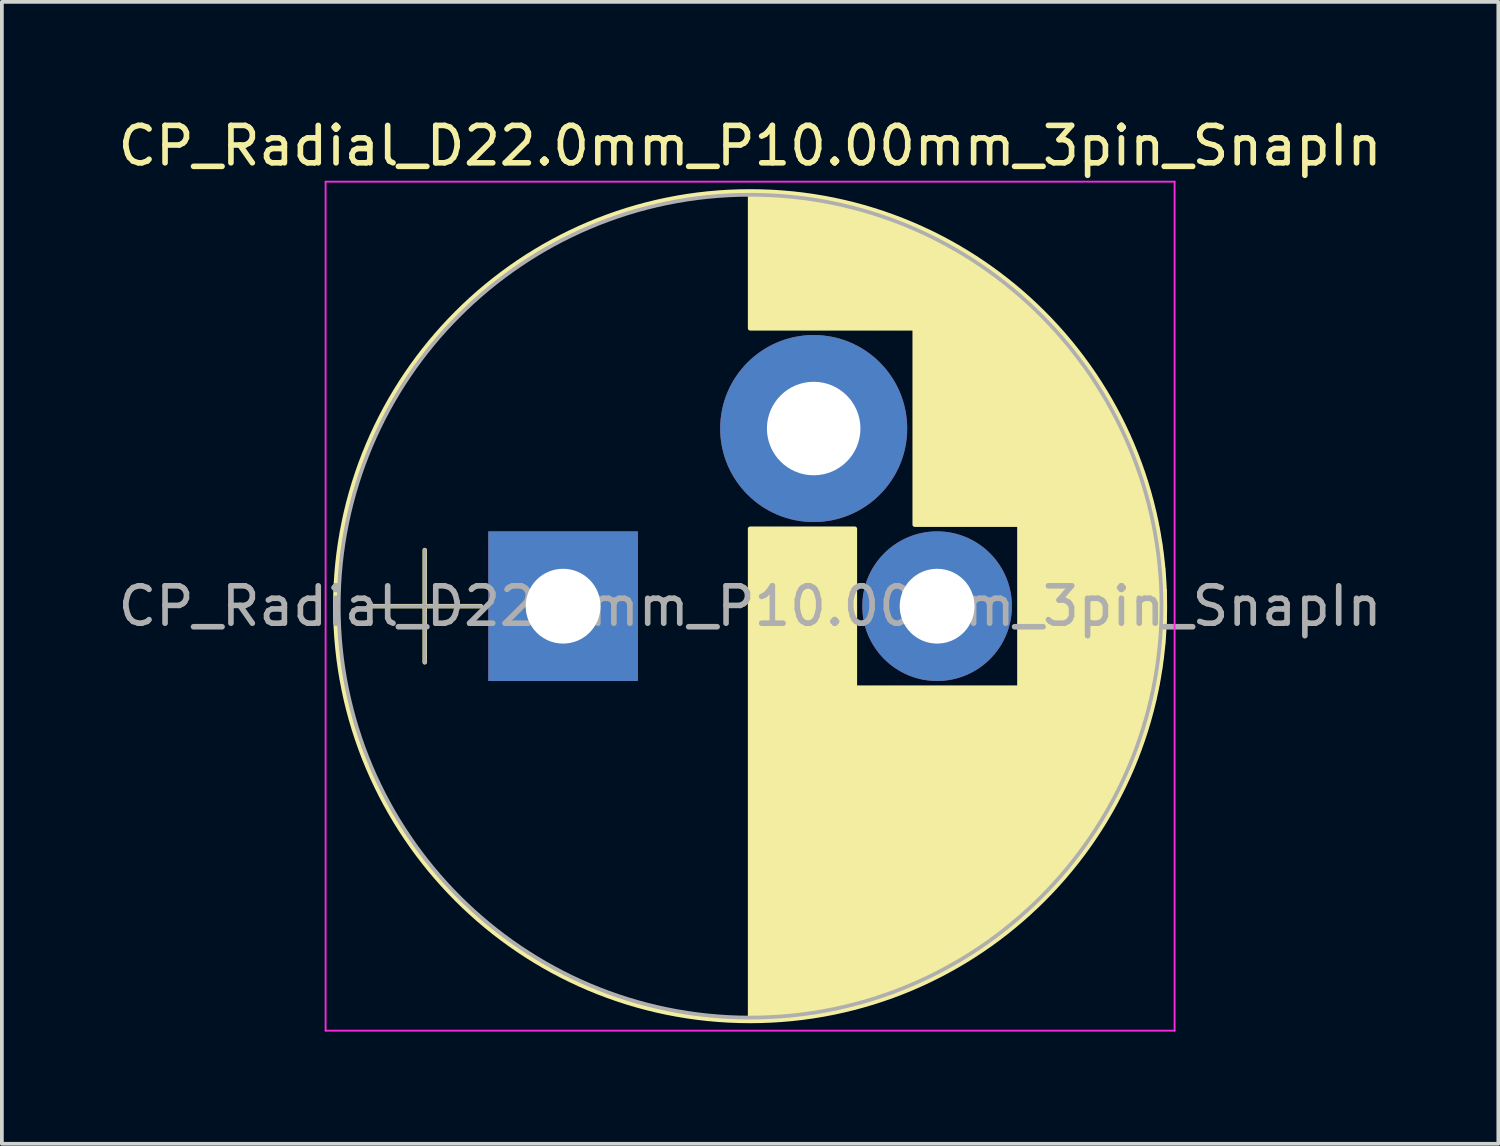
<source format=kicad_pcb>
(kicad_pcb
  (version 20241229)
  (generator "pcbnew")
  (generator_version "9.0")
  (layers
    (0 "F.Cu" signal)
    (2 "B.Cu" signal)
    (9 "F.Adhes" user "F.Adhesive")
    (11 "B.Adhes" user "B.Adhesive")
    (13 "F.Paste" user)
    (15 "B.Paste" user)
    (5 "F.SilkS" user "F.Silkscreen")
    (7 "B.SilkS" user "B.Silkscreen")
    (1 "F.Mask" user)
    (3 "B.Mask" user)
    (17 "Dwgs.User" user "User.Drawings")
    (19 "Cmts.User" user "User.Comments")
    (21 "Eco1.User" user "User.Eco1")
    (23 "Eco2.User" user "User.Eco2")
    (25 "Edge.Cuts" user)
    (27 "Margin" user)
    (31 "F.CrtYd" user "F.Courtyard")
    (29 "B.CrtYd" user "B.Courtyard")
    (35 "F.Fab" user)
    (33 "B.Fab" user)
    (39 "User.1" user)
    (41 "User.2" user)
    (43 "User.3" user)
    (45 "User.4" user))
  (footprint "CP_Radial_D22.0mm_P10.00mm_3pin_SnapIn"
    (layer "F.Cu")
    (at 12.006 13.158)
    (property "Reference" "CP_Radial_D22.0mm_P10.00mm_3pin_SnapIn" (at 5 -12.31 0) (layer "F.SilkS") (effects (font (size 1 1) (thickness 0.15))))
    (attr through_hole)
    (fp_line (start -5.2 0) (end -2.2 0) (stroke (width 0.12) (type solid)) (layer "F.SilkS"))
    (fp_line (start -3.7 -1.5) (end -3.7 1.5) (stroke (width 0.12) (type solid)) (layer "F.SilkS"))
    (fp_line (start 5 -11.05) (end 5 -7.43) (stroke (width 0.12) (type solid)) (layer "F.SilkS"))
    (fp_line (start 5 -2.07) (end 5 11.05) (stroke (width 0.12) (type solid)) (layer "F.SilkS"))
    (fp_line (start 5.04 -11.05) (end 5.04 -7.43) (stroke (width 0.12) (type solid)) (layer "F.SilkS"))
    (fp_line (start 5.04 -2.07) (end 5.04 11.05) (stroke (width 0.12) (type solid)) (layer "F.SilkS"))
    (fp_line (start 5.08 -11.05) (end 5.08 -7.43) (stroke (width 0.12) (type solid)) (layer "F.SilkS"))
    (fp_line (start 5.08 -2.07) (end 5.08 11.05) (stroke (width 0.12) (type solid)) (layer "F.SilkS"))
    (fp_line (start 5.12 -11.05) (end 5.12 -7.43) (stroke (width 0.12) (type solid)) (layer "F.SilkS"))
    (fp_line (start 5.12 -2.07) (end 5.12 11.05) (stroke (width 0.12) (type solid)) (layer "F.SilkS"))
    (fp_line (start 5.16 -11.049) (end 5.16 -7.43) (stroke (width 0.12) (type solid)) (layer "F.SilkS"))
    (fp_line (start 5.16 -2.07) (end 5.16 11.049) (stroke (width 0.12) (type solid)) (layer "F.SilkS"))
    (fp_line (start 5.2 -11.049) (end 5.2 -7.43) (stroke (width 0.12) (type solid)) (layer "F.SilkS"))
    (fp_line (start 5.2 -2.07) (end 5.2 11.049) (stroke (width 0.12) (type solid)) (layer "F.SilkS"))
    (fp_line (start 5.24 -11.048) (end 5.24 -7.43) (stroke (width 0.12) (type solid)) (layer "F.SilkS"))
    (fp_line (start 5.24 -2.07) (end 5.24 11.048) (stroke (width 0.12) (type solid)) (layer "F.SilkS"))
    (fp_line (start 5.28 -11.047) (end 5.28 -7.43) (stroke (width 0.12) (type solid)) (layer "F.SilkS"))
    (fp_line (start 5.28 -2.07) (end 5.28 11.047) (stroke (width 0.12) (type solid)) (layer "F.SilkS"))
    (fp_line (start 5.32 -11.046) (end 5.32 -7.43) (stroke (width 0.12) (type solid)) (layer "F.SilkS"))
    (fp_line (start 5.32 -2.07) (end 5.32 11.046) (stroke (width 0.12) (type solid)) (layer "F.SilkS"))
    (fp_line (start 5.36 -11.045) (end 5.36 -7.43) (stroke (width 0.12) (type solid)) (layer "F.SilkS"))
    (fp_line (start 5.36 -2.07) (end 5.36 11.045) (stroke (width 0.12) (type solid)) (layer "F.SilkS"))
    (fp_line (start 5.4 -11.043) (end 5.4 -7.43) (stroke (width 0.12) (type solid)) (layer "F.SilkS"))
    (fp_line (start 5.4 -2.07) (end 5.4 11.043) (stroke (width 0.12) (type solid)) (layer "F.SilkS"))
    (fp_line (start 5.44 -11.042) (end 5.44 -7.43) (stroke (width 0.12) (type solid)) (layer "F.SilkS"))
    (fp_line (start 5.44 -2.07) (end 5.44 11.042) (stroke (width 0.12) (type solid)) (layer "F.SilkS"))
    (fp_line (start 5.48 -11.04) (end 5.48 -7.43) (stroke (width 0.12) (type solid)) (layer "F.SilkS"))
    (fp_line (start 5.48 -2.07) (end 5.48 11.04) (stroke (width 0.12) (type solid)) (layer "F.SilkS"))
    (fp_line (start 5.52 -11.038) (end 5.52 -7.43) (stroke (width 0.12) (type solid)) (layer "F.SilkS"))
    (fp_line (start 5.52 -2.07) (end 5.52 11.038) (stroke (width 0.12) (type solid)) (layer "F.SilkS"))
    (fp_line (start 5.56 -11.036) (end 5.56 -7.43) (stroke (width 0.12) (type solid)) (layer "F.SilkS"))
    (fp_line (start 5.56 -2.07) (end 5.56 11.036) (stroke (width 0.12) (type solid)) (layer "F.SilkS"))
    (fp_line (start 5.6 -11.034) (end 5.6 -7.43) (stroke (width 0.12) (type solid)) (layer "F.SilkS"))
    (fp_line (start 5.6 -2.07) (end 5.6 11.034) (stroke (width 0.12) (type solid)) (layer "F.SilkS"))
    (fp_line (start 5.64 -11.032) (end 5.64 -7.43) (stroke (width 0.12) (type solid)) (layer "F.SilkS"))
    (fp_line (start 5.64 -2.07) (end 5.64 11.032) (stroke (width 0.12) (type solid)) (layer "F.SilkS"))
    (fp_line (start 5.68 -11.03) (end 5.68 -7.43) (stroke (width 0.12) (type solid)) (layer "F.SilkS"))
    (fp_line (start 5.68 -2.07) (end 5.68 11.03) (stroke (width 0.12) (type solid)) (layer "F.SilkS"))
    (fp_line (start 5.721 -11.027) (end 5.721 -7.43) (stroke (width 0.12) (type solid)) (layer "F.SilkS"))
    (fp_line (start 5.721 -2.07) (end 5.721 11.027) (stroke (width 0.12) (type solid)) (layer "F.SilkS"))
    (fp_line (start 5.761 -11.024) (end 5.761 -7.43) (stroke (width 0.12) (type solid)) (layer "F.SilkS"))
    (fp_line (start 5.761 -2.07) (end 5.761 11.024) (stroke (width 0.12) (type solid)) (layer "F.SilkS"))
    (fp_line (start 5.801 -11.022) (end 5.801 -7.43) (stroke (width 0.12) (type solid)) (layer "F.SilkS"))
    (fp_line (start 5.801 -2.07) (end 5.801 11.022) (stroke (width 0.12) (type solid)) (layer "F.SilkS"))
    (fp_line (start 5.841 -11.019) (end 5.841 -7.43) (stroke (width 0.12) (type solid)) (layer "F.SilkS"))
    (fp_line (start 5.841 -2.07) (end 5.841 11.019) (stroke (width 0.12) (type solid)) (layer "F.SilkS"))
    (fp_line (start 5.881 -11.016) (end 5.881 -7.43) (stroke (width 0.12) (type solid)) (layer "F.SilkS"))
    (fp_line (start 5.881 -2.07) (end 5.881 11.016) (stroke (width 0.12) (type solid)) (layer "F.SilkS"))
    (fp_line (start 5.921 -11.012) (end 5.921 -7.43) (stroke (width 0.12) (type solid)) (layer "F.SilkS"))
    (fp_line (start 5.921 -2.07) (end 5.921 11.012) (stroke (width 0.12) (type solid)) (layer "F.SilkS"))
    (fp_line (start 5.961 -11.009) (end 5.961 -7.43) (stroke (width 0.12) (type solid)) (layer "F.SilkS"))
    (fp_line (start 5.961 -2.07) (end 5.961 11.009) (stroke (width 0.12) (type solid)) (layer "F.SilkS"))
    (fp_line (start 6.001 -11.005) (end 6.001 -7.43) (stroke (width 0.12) (type solid)) (layer "F.SilkS"))
    (fp_line (start 6.001 -2.07) (end 6.001 11.005) (stroke (width 0.12) (type solid)) (layer "F.SilkS"))
    (fp_line (start 6.041 -11.002) (end 6.041 -7.43) (stroke (width 0.12) (type solid)) (layer "F.SilkS"))
    (fp_line (start 6.041 -2.07) (end 6.041 11.002) (stroke (width 0.12) (type solid)) (layer "F.SilkS"))
    (fp_line (start 6.081 -10.998) (end 6.081 -7.43) (stroke (width 0.12) (type solid)) (layer "F.SilkS"))
    (fp_line (start 6.081 -2.07) (end 6.081 10.998) (stroke (width 0.12) (type solid)) (layer "F.SilkS"))
    (fp_line (start 6.121 -10.994) (end 6.121 -7.43) (stroke (width 0.12) (type solid)) (layer "F.SilkS"))
    (fp_line (start 6.121 -2.07) (end 6.121 10.994) (stroke (width 0.12) (type solid)) (layer "F.SilkS"))
    (fp_line (start 6.161 -10.99) (end 6.161 -7.43) (stroke (width 0.12) (type solid)) (layer "F.SilkS"))
    (fp_line (start 6.161 -2.07) (end 6.161 10.99) (stroke (width 0.12) (type solid)) (layer "F.SilkS"))
    (fp_line (start 6.201 -10.985) (end 6.201 -7.43) (stroke (width 0.12) (type solid)) (layer "F.SilkS"))
    (fp_line (start 6.201 -2.07) (end 6.201 10.985) (stroke (width 0.12) (type solid)) (layer "F.SilkS"))
    (fp_line (start 6.241 -10.981) (end 6.241 -7.43) (stroke (width 0.12) (type solid)) (layer "F.SilkS"))
    (fp_line (start 6.241 -2.07) (end 6.241 10.981) (stroke (width 0.12) (type solid)) (layer "F.SilkS"))
    (fp_line (start 6.281 -10.976) (end 6.281 -7.43) (stroke (width 0.12) (type solid)) (layer "F.SilkS"))
    (fp_line (start 6.281 -2.07) (end 6.281 10.976) (stroke (width 0.12) (type solid)) (layer "F.SilkS"))
    (fp_line (start 6.321 -10.972) (end 6.321 -7.43) (stroke (width 0.12) (type solid)) (layer "F.SilkS"))
    (fp_line (start 6.321 -2.07) (end 6.321 10.972) (stroke (width 0.12) (type solid)) (layer "F.SilkS"))
    (fp_line (start 6.361 -10.967) (end 6.361 -7.43) (stroke (width 0.12) (type solid)) (layer "F.SilkS"))
    (fp_line (start 6.361 -2.07) (end 6.361 10.967) (stroke (width 0.12) (type solid)) (layer "F.SilkS"))
    (fp_line (start 6.401 -10.962) (end 6.401 -7.43) (stroke (width 0.12) (type solid)) (layer "F.SilkS"))
    (fp_line (start 6.401 -2.07) (end 6.401 10.962) (stroke (width 0.12) (type solid)) (layer "F.SilkS"))
    (fp_line (start 6.441 -10.957) (end 6.441 -7.43) (stroke (width 0.12) (type solid)) (layer "F.SilkS"))
    (fp_line (start 6.441 -2.07) (end 6.441 10.957) (stroke (width 0.12) (type solid)) (layer "F.SilkS"))
    (fp_line (start 6.481 -10.951) (end 6.481 -7.43) (stroke (width 0.12) (type solid)) (layer "F.SilkS"))
    (fp_line (start 6.481 -2.07) (end 6.481 10.951) (stroke (width 0.12) (type solid)) (layer "F.SilkS"))
    (fp_line (start 6.521 -10.946) (end 6.521 -7.43) (stroke (width 0.12) (type solid)) (layer "F.SilkS"))
    (fp_line (start 6.521 -2.07) (end 6.521 10.946) (stroke (width 0.12) (type solid)) (layer "F.SilkS"))
    (fp_line (start 6.561 -10.94) (end 6.561 -7.43) (stroke (width 0.12) (type solid)) (layer "F.SilkS"))
    (fp_line (start 6.561 -2.07) (end 6.561 10.94) (stroke (width 0.12) (type solid)) (layer "F.SilkS"))
    (fp_line (start 6.601 -10.934) (end 6.601 -7.43) (stroke (width 0.12) (type solid)) (layer "F.SilkS"))
    (fp_line (start 6.601 -2.07) (end 6.601 10.934) (stroke (width 0.12) (type solid)) (layer "F.SilkS"))
    (fp_line (start 6.641 -10.929) (end 6.641 -7.43) (stroke (width 0.12) (type solid)) (layer "F.SilkS"))
    (fp_line (start 6.641 -2.07) (end 6.641 10.929) (stroke (width 0.12) (type solid)) (layer "F.SilkS"))
    (fp_line (start 6.681 -10.923) (end 6.681 -7.43) (stroke (width 0.12) (type solid)) (layer "F.SilkS"))
    (fp_line (start 6.681 -2.07) (end 6.681 10.923) (stroke (width 0.12) (type solid)) (layer "F.SilkS"))
    (fp_line (start 6.721 -10.916) (end 6.721 -7.43) (stroke (width 0.12) (type solid)) (layer "F.SilkS"))
    (fp_line (start 6.721 -2.07) (end 6.721 10.916) (stroke (width 0.12) (type solid)) (layer "F.SilkS"))
    (fp_line (start 6.761 -10.91) (end 6.761 -7.43) (stroke (width 0.12) (type solid)) (layer "F.SilkS"))
    (fp_line (start 6.761 -2.07) (end 6.761 10.91) (stroke (width 0.12) (type solid)) (layer "F.SilkS"))
    (fp_line (start 6.801 -10.903) (end 6.801 -7.43) (stroke (width 0.12) (type solid)) (layer "F.SilkS"))
    (fp_line (start 6.801 -2.07) (end 6.801 10.903) (stroke (width 0.12) (type solid)) (layer "F.SilkS"))
    (fp_line (start 6.841 -10.897) (end 6.841 -7.43) (stroke (width 0.12) (type solid)) (layer "F.SilkS"))
    (fp_line (start 6.841 -2.07) (end 6.841 10.897) (stroke (width 0.12) (type solid)) (layer "F.SilkS"))
    (fp_line (start 6.881 -10.89) (end 6.881 -7.43) (stroke (width 0.12) (type solid)) (layer "F.SilkS"))
    (fp_line (start 6.881 -2.07) (end 6.881 10.89) (stroke (width 0.12) (type solid)) (layer "F.SilkS"))
    (fp_line (start 6.921 -10.883) (end 6.921 -7.43) (stroke (width 0.12) (type solid)) (layer "F.SilkS"))
    (fp_line (start 6.921 -2.07) (end 6.921 10.883) (stroke (width 0.12) (type solid)) (layer "F.SilkS"))
    (fp_line (start 6.961 -10.876) (end 6.961 -7.43) (stroke (width 0.12) (type solid)) (layer "F.SilkS"))
    (fp_line (start 6.961 -2.07) (end 6.961 10.876) (stroke (width 0.12) (type solid)) (layer "F.SilkS"))
    (fp_line (start 7.001 -10.869) (end 7.001 -7.43) (stroke (width 0.12) (type solid)) (layer "F.SilkS"))
    (fp_line (start 7.001 -2.07) (end 7.001 10.869) (stroke (width 0.12) (type solid)) (layer "F.SilkS"))
    (fp_line (start 7.041 -10.861) (end 7.041 -7.43) (stroke (width 0.12) (type solid)) (layer "F.SilkS"))
    (fp_line (start 7.041 -2.07) (end 7.041 10.861) (stroke (width 0.12) (type solid)) (layer "F.SilkS"))
    (fp_line (start 7.081 -10.854) (end 7.081 -7.43) (stroke (width 0.12) (type solid)) (layer "F.SilkS"))
    (fp_line (start 7.081 -2.07) (end 7.081 10.854) (stroke (width 0.12) (type solid)) (layer "F.SilkS"))
    (fp_line (start 7.121 -10.846) (end 7.121 -7.43) (stroke (width 0.12) (type solid)) (layer "F.SilkS"))
    (fp_line (start 7.121 -2.07) (end 7.121 10.846) (stroke (width 0.12) (type solid)) (layer "F.SilkS"))
    (fp_line (start 7.161 -10.838) (end 7.161 -7.43) (stroke (width 0.12) (type solid)) (layer "F.SilkS"))
    (fp_line (start 7.161 -2.07) (end 7.161 10.838) (stroke (width 0.12) (type solid)) (layer "F.SilkS"))
    (fp_line (start 7.201 -10.83) (end 7.201 -7.43) (stroke (width 0.12) (type solid)) (layer "F.SilkS"))
    (fp_line (start 7.201 -2.07) (end 7.201 10.83) (stroke (width 0.12) (type solid)) (layer "F.SilkS"))
    (fp_line (start 7.241 -10.822) (end 7.241 -7.43) (stroke (width 0.12) (type solid)) (layer "F.SilkS"))
    (fp_line (start 7.241 -2.07) (end 7.241 10.822) (stroke (width 0.12) (type solid)) (layer "F.SilkS"))
    (fp_line (start 7.281 -10.814) (end 7.281 -7.43) (stroke (width 0.12) (type solid)) (layer "F.SilkS"))
    (fp_line (start 7.281 -2.07) (end 7.281 10.814) (stroke (width 0.12) (type solid)) (layer "F.SilkS"))
    (fp_line (start 7.321 -10.805) (end 7.321 -7.43) (stroke (width 0.12) (type solid)) (layer "F.SilkS"))
    (fp_line (start 7.321 -2.07) (end 7.321 10.805) (stroke (width 0.12) (type solid)) (layer "F.SilkS"))
    (fp_line (start 7.361 -10.796) (end 7.361 -7.43) (stroke (width 0.12) (type solid)) (layer "F.SilkS"))
    (fp_line (start 7.361 -2.07) (end 7.361 10.796) (stroke (width 0.12) (type solid)) (layer "F.SilkS"))
    (fp_line (start 7.401 -10.788) (end 7.401 -7.43) (stroke (width 0.12) (type solid)) (layer "F.SilkS"))
    (fp_line (start 7.401 -2.07) (end 7.401 10.788) (stroke (width 0.12) (type solid)) (layer "F.SilkS"))
    (fp_line (start 7.441 -10.779) (end 7.441 -7.43) (stroke (width 0.12) (type solid)) (layer "F.SilkS"))
    (fp_line (start 7.441 -2.07) (end 7.441 10.779) (stroke (width 0.12) (type solid)) (layer "F.SilkS"))
    (fp_line (start 7.481 -10.77) (end 7.481 -7.43) (stroke (width 0.12) (type solid)) (layer "F.SilkS"))
    (fp_line (start 7.481 -2.07) (end 7.481 10.77) (stroke (width 0.12) (type solid)) (layer "F.SilkS"))
    (fp_line (start 7.521 -10.76) (end 7.521 -7.43) (stroke (width 0.12) (type solid)) (layer "F.SilkS"))
    (fp_line (start 7.521 -2.07) (end 7.521 10.76) (stroke (width 0.12) (type solid)) (layer "F.SilkS"))
    (fp_line (start 7.561 -10.751) (end 7.561 -7.43) (stroke (width 0.12) (type solid)) (layer "F.SilkS"))
    (fp_line (start 7.561 -2.07) (end 7.561 10.751) (stroke (width 0.12) (type solid)) (layer "F.SilkS"))
    (fp_line (start 7.601 -10.741) (end 7.601 -7.43) (stroke (width 0.12) (type solid)) (layer "F.SilkS"))
    (fp_line (start 7.601 -2.07) (end 7.601 10.741) (stroke (width 0.12) (type solid)) (layer "F.SilkS"))
    (fp_line (start 7.641 -10.732) (end 7.641 -7.43) (stroke (width 0.12) (type solid)) (layer "F.SilkS"))
    (fp_line (start 7.641 -2.07) (end 7.641 10.732) (stroke (width 0.12) (type solid)) (layer "F.SilkS"))
    (fp_line (start 7.681 -10.722) (end 7.681 -7.43) (stroke (width 0.12) (type solid)) (layer "F.SilkS"))
    (fp_line (start 7.681 -2.07) (end 7.681 10.722) (stroke (width 0.12) (type solid)) (layer "F.SilkS"))
    (fp_line (start 7.721 -10.712) (end 7.721 -7.43) (stroke (width 0.12) (type solid)) (layer "F.SilkS"))
    (fp_line (start 7.721 -2.07) (end 7.721 10.712) (stroke (width 0.12) (type solid)) (layer "F.SilkS"))
    (fp_line (start 7.761 -10.702) (end 7.761 -7.43) (stroke (width 0.12) (type solid)) (layer "F.SilkS"))
    (fp_line (start 7.761 -2.07) (end 7.761 10.702) (stroke (width 0.12) (type solid)) (layer "F.SilkS"))
    (fp_line (start 7.801 -10.691) (end 7.801 -7.43) (stroke (width 0.12) (type solid)) (layer "F.SilkS"))
    (fp_line (start 7.801 -2.07) (end 7.801 10.691) (stroke (width 0.12) (type solid)) (layer "F.SilkS"))
    (fp_line (start 7.841 -10.681) (end 7.841 -7.43) (stroke (width 0.12) (type solid)) (layer "F.SilkS"))
    (fp_line (start 7.841 2.18) (end 7.841 10.681) (stroke (width 0.12) (type solid)) (layer "F.SilkS"))
    (fp_line (start 7.881 -10.67) (end 7.881 -7.43) (stroke (width 0.12) (type solid)) (layer "F.SilkS"))
    (fp_line (start 7.881 2.18) (end 7.881 10.67) (stroke (width 0.12) (type solid)) (layer "F.SilkS"))
    (fp_line (start 7.921 -10.659) (end 7.921 -7.43) (stroke (width 0.12) (type solid)) (layer "F.SilkS"))
    (fp_line (start 7.921 2.18) (end 7.921 10.659) (stroke (width 0.12) (type solid)) (layer "F.SilkS"))
    (fp_line (start 7.961 -10.648) (end 7.961 -7.43) (stroke (width 0.12) (type solid)) (layer "F.SilkS"))
    (fp_line (start 7.961 2.18) (end 7.961 10.648) (stroke (width 0.12) (type solid)) (layer "F.SilkS"))
    (fp_line (start 8.001 -10.637) (end 8.001 -7.43) (stroke (width 0.12) (type solid)) (layer "F.SilkS"))
    (fp_line (start 8.001 2.18) (end 8.001 10.637) (stroke (width 0.12) (type solid)) (layer "F.SilkS"))
    (fp_line (start 8.041 -10.626) (end 8.041 -7.43) (stroke (width 0.12) (type solid)) (layer "F.SilkS"))
    (fp_line (start 8.041 2.18) (end 8.041 10.626) (stroke (width 0.12) (type solid)) (layer "F.SilkS"))
    (fp_line (start 8.081 -10.614) (end 8.081 -7.43) (stroke (width 0.12) (type solid)) (layer "F.SilkS"))
    (fp_line (start 8.081 2.18) (end 8.081 10.614) (stroke (width 0.12) (type solid)) (layer "F.SilkS"))
    (fp_line (start 8.121 -10.603) (end 8.121 -7.43) (stroke (width 0.12) (type solid)) (layer "F.SilkS"))
    (fp_line (start 8.121 2.18) (end 8.121 10.603) (stroke (width 0.12) (type solid)) (layer "F.SilkS"))
    (fp_line (start 8.161 -10.591) (end 8.161 -7.43) (stroke (width 0.12) (type solid)) (layer "F.SilkS"))
    (fp_line (start 8.161 2.18) (end 8.161 10.591) (stroke (width 0.12) (type solid)) (layer "F.SilkS"))
    (fp_line (start 8.201 -10.579) (end 8.201 -7.43) (stroke (width 0.12) (type solid)) (layer "F.SilkS"))
    (fp_line (start 8.201 2.18) (end 8.201 10.579) (stroke (width 0.12) (type solid)) (layer "F.SilkS"))
    (fp_line (start 8.241 -10.567) (end 8.241 -7.43) (stroke (width 0.12) (type solid)) (layer "F.SilkS"))
    (fp_line (start 8.241 2.18) (end 8.241 10.567) (stroke (width 0.12) (type solid)) (layer "F.SilkS"))
    (fp_line (start 8.281 -10.554) (end 8.281 -7.43) (stroke (width 0.12) (type solid)) (layer "F.SilkS"))
    (fp_line (start 8.281 2.18) (end 8.281 10.554) (stroke (width 0.12) (type solid)) (layer "F.SilkS"))
    (fp_line (start 8.321 -10.542) (end 8.321 -7.43) (stroke (width 0.12) (type solid)) (layer "F.SilkS"))
    (fp_line (start 8.321 2.18) (end 8.321 10.542) (stroke (width 0.12) (type solid)) (layer "F.SilkS"))
    (fp_line (start 8.361 -10.529) (end 8.361 -7.43) (stroke (width 0.12) (type solid)) (layer "F.SilkS"))
    (fp_line (start 8.361 2.18) (end 8.361 10.529) (stroke (width 0.12) (type solid)) (layer "F.SilkS"))
    (fp_line (start 8.401 -10.516) (end 8.401 -7.43) (stroke (width 0.12) (type solid)) (layer "F.SilkS"))
    (fp_line (start 8.401 2.18) (end 8.401 10.516) (stroke (width 0.12) (type solid)) (layer "F.SilkS"))
    (fp_line (start 8.441 -10.503) (end 8.441 -7.43) (stroke (width 0.12) (type solid)) (layer "F.SilkS"))
    (fp_line (start 8.441 2.18) (end 8.441 10.503) (stroke (width 0.12) (type solid)) (layer "F.SilkS"))
    (fp_line (start 8.481 -10.49) (end 8.481 -7.43) (stroke (width 0.12) (type solid)) (layer "F.SilkS"))
    (fp_line (start 8.481 2.18) (end 8.481 10.49) (stroke (width 0.12) (type solid)) (layer "F.SilkS"))
    (fp_line (start 8.521 -10.477) (end 8.521 -7.43) (stroke (width 0.12) (type solid)) (layer "F.SilkS"))
    (fp_line (start 8.521 2.18) (end 8.521 10.477) (stroke (width 0.12) (type solid)) (layer "F.SilkS"))
    (fp_line (start 8.561 -10.464) (end 8.561 -7.43) (stroke (width 0.12) (type solid)) (layer "F.SilkS"))
    (fp_line (start 8.561 2.18) (end 8.561 10.464) (stroke (width 0.12) (type solid)) (layer "F.SilkS"))
    (fp_line (start 8.601 -10.45) (end 8.601 -7.43) (stroke (width 0.12) (type solid)) (layer "F.SilkS"))
    (fp_line (start 8.601 2.18) (end 8.601 10.45) (stroke (width 0.12) (type solid)) (layer "F.SilkS"))
    (fp_line (start 8.641 -10.436) (end 8.641 -7.43) (stroke (width 0.12) (type solid)) (layer "F.SilkS"))
    (fp_line (start 8.641 2.18) (end 8.641 10.436) (stroke (width 0.12) (type solid)) (layer "F.SilkS"))
    (fp_line (start 8.681 -10.422) (end 8.681 -7.43) (stroke (width 0.12) (type solid)) (layer "F.SilkS"))
    (fp_line (start 8.681 2.18) (end 8.681 10.422) (stroke (width 0.12) (type solid)) (layer "F.SilkS"))
    (fp_line (start 8.721 -10.408) (end 8.721 -7.43) (stroke (width 0.12) (type solid)) (layer "F.SilkS"))
    (fp_line (start 8.721 2.18) (end 8.721 10.408) (stroke (width 0.12) (type solid)) (layer "F.SilkS"))
    (fp_line (start 8.761 -10.394) (end 8.761 -7.43) (stroke (width 0.12) (type solid)) (layer "F.SilkS"))
    (fp_line (start 8.761 2.18) (end 8.761 10.394) (stroke (width 0.12) (type solid)) (layer "F.SilkS"))
    (fp_line (start 8.801 -10.379) (end 8.801 -7.43) (stroke (width 0.12) (type solid)) (layer "F.SilkS"))
    (fp_line (start 8.801 2.18) (end 8.801 10.379) (stroke (width 0.12) (type solid)) (layer "F.SilkS"))
    (fp_line (start 8.841 -10.364) (end 8.841 -7.43) (stroke (width 0.12) (type solid)) (layer "F.SilkS"))
    (fp_line (start 8.841 2.18) (end 8.841 10.364) (stroke (width 0.12) (type solid)) (layer "F.SilkS"))
    (fp_line (start 8.881 -10.35) (end 8.881 -7.43) (stroke (width 0.12) (type solid)) (layer "F.SilkS"))
    (fp_line (start 8.881 2.18) (end 8.881 10.35) (stroke (width 0.12) (type solid)) (layer "F.SilkS"))
    (fp_line (start 8.921 -10.335) (end 8.921 -7.43) (stroke (width 0.12) (type solid)) (layer "F.SilkS"))
    (fp_line (start 8.921 2.18) (end 8.921 10.335) (stroke (width 0.12) (type solid)) (layer "F.SilkS"))
    (fp_line (start 8.961 -10.319) (end 8.961 -7.43) (stroke (width 0.12) (type solid)) (layer "F.SilkS"))
    (fp_line (start 8.961 2.18) (end 8.961 10.319) (stroke (width 0.12) (type solid)) (layer "F.SilkS"))
    (fp_line (start 9.001 -10.304) (end 9.001 -7.43) (stroke (width 0.12) (type solid)) (layer "F.SilkS"))
    (fp_line (start 9.001 2.18) (end 9.001 10.304) (stroke (width 0.12) (type solid)) (layer "F.SilkS"))
    (fp_line (start 9.041 -10.288) (end 9.041 -7.43) (stroke (width 0.12) (type solid)) (layer "F.SilkS"))
    (fp_line (start 9.041 2.18) (end 9.041 10.288) (stroke (width 0.12) (type solid)) (layer "F.SilkS"))
    (fp_line (start 9.081 -10.273) (end 9.081 -7.43) (stroke (width 0.12) (type solid)) (layer "F.SilkS"))
    (fp_line (start 9.081 2.18) (end 9.081 10.273) (stroke (width 0.12) (type solid)) (layer "F.SilkS"))
    (fp_line (start 9.121 -10.257) (end 9.121 -7.43) (stroke (width 0.12) (type solid)) (layer "F.SilkS"))
    (fp_line (start 9.121 2.18) (end 9.121 10.257) (stroke (width 0.12) (type solid)) (layer "F.SilkS"))
    (fp_line (start 9.161 -10.241) (end 9.161 -7.43) (stroke (width 0.12) (type solid)) (layer "F.SilkS"))
    (fp_line (start 9.161 2.18) (end 9.161 10.241) (stroke (width 0.12) (type solid)) (layer "F.SilkS"))
    (fp_line (start 9.201 -10.224) (end 9.201 -7.43) (stroke (width 0.12) (type solid)) (layer "F.SilkS"))
    (fp_line (start 9.201 2.18) (end 9.201 10.224) (stroke (width 0.12) (type solid)) (layer "F.SilkS"))
    (fp_line (start 9.241 -10.208) (end 9.241 -7.43) (stroke (width 0.12) (type solid)) (layer "F.SilkS"))
    (fp_line (start 9.241 2.18) (end 9.241 10.208) (stroke (width 0.12) (type solid)) (layer "F.SilkS"))
    (fp_line (start 9.281 -10.191) (end 9.281 -7.43) (stroke (width 0.12) (type solid)) (layer "F.SilkS"))
    (fp_line (start 9.281 2.18) (end 9.281 10.191) (stroke (width 0.12) (type solid)) (layer "F.SilkS"))
    (fp_line (start 9.321 -10.174) (end 9.321 -7.43) (stroke (width 0.12) (type solid)) (layer "F.SilkS"))
    (fp_line (start 9.321 2.18) (end 9.321 10.174) (stroke (width 0.12) (type solid)) (layer "F.SilkS"))
    (fp_line (start 9.361 -10.157) (end 9.361 -7.43) (stroke (width 0.12) (type solid)) (layer "F.SilkS"))
    (fp_line (start 9.361 2.18) (end 9.361 10.157) (stroke (width 0.12) (type solid)) (layer "F.SilkS"))
    (fp_line (start 9.401 -10.14) (end 9.401 -2.18) (stroke (width 0.12) (type solid)) (layer "F.SilkS"))
    (fp_line (start 9.401 2.18) (end 9.401 10.14) (stroke (width 0.12) (type solid)) (layer "F.SilkS"))
    (fp_line (start 9.441 -10.123) (end 9.441 -2.18) (stroke (width 0.12) (type solid)) (layer "F.SilkS"))
    (fp_line (start 9.441 2.18) (end 9.441 10.123) (stroke (width 0.12) (type solid)) (layer "F.SilkS"))
    (fp_line (start 9.481 -10.105) (end 9.481 -2.18) (stroke (width 0.12) (type solid)) (layer "F.SilkS"))
    (fp_line (start 9.481 2.18) (end 9.481 10.105) (stroke (width 0.12) (type solid)) (layer "F.SilkS"))
    (fp_line (start 9.521 -10.088) (end 9.521 -2.18) (stroke (width 0.12) (type solid)) (layer "F.SilkS"))
    (fp_line (start 9.521 2.18) (end 9.521 10.088) (stroke (width 0.12) (type solid)) (layer "F.SilkS"))
    (fp_line (start 9.561 -10.07) (end 9.561 -2.18) (stroke (width 0.12) (type solid)) (layer "F.SilkS"))
    (fp_line (start 9.561 2.18) (end 9.561 10.07) (stroke (width 0.12) (type solid)) (layer "F.SilkS"))
    (fp_line (start 9.601 -10.051) (end 9.601 -2.18) (stroke (width 0.12) (type solid)) (layer "F.SilkS"))
    (fp_line (start 9.601 2.18) (end 9.601 10.051) (stroke (width 0.12) (type solid)) (layer "F.SilkS"))
    (fp_line (start 9.641 -10.033) (end 9.641 -2.18) (stroke (width 0.12) (type solid)) (layer "F.SilkS"))
    (fp_line (start 9.641 2.18) (end 9.641 10.033) (stroke (width 0.12) (type solid)) (layer "F.SilkS"))
    (fp_line (start 9.681 -10.015) (end 9.681 -2.18) (stroke (width 0.12) (type solid)) (layer "F.SilkS"))
    (fp_line (start 9.681 2.18) (end 9.681 10.015) (stroke (width 0.12) (type solid)) (layer "F.SilkS"))
    (fp_line (start 9.721 -9.996) (end 9.721 -2.18) (stroke (width 0.12) (type solid)) (layer "F.SilkS"))
    (fp_line (start 9.721 2.18) (end 9.721 9.996) (stroke (width 0.12) (type solid)) (layer "F.SilkS"))
    (fp_line (start 9.761 -9.977) (end 9.761 -2.18) (stroke (width 0.12) (type solid)) (layer "F.SilkS"))
    (fp_line (start 9.761 2.18) (end 9.761 9.977) (stroke (width 0.12) (type solid)) (layer "F.SilkS"))
    (fp_line (start 9.801 -9.958) (end 9.801 -2.18) (stroke (width 0.12) (type solid)) (layer "F.SilkS"))
    (fp_line (start 9.801 2.18) (end 9.801 9.958) (stroke (width 0.12) (type solid)) (layer "F.SilkS"))
    (fp_line (start 9.841 -9.939) (end 9.841 -2.18) (stroke (width 0.12) (type solid)) (layer "F.SilkS"))
    (fp_line (start 9.841 2.18) (end 9.841 9.939) (stroke (width 0.12) (type solid)) (layer "F.SilkS"))
    (fp_line (start 9.881 -9.919) (end 9.881 -2.18) (stroke (width 0.12) (type solid)) (layer "F.SilkS"))
    (fp_line (start 9.881 2.18) (end 9.881 9.919) (stroke (width 0.12) (type solid)) (layer "F.SilkS"))
    (fp_line (start 9.921 -9.899) (end 9.921 -2.18) (stroke (width 0.12) (type solid)) (layer "F.SilkS"))
    (fp_line (start 9.921 2.18) (end 9.921 9.899) (stroke (width 0.12) (type solid)) (layer "F.SilkS"))
    (fp_line (start 9.961 -9.879) (end 9.961 -2.18) (stroke (width 0.12) (type solid)) (layer "F.SilkS"))
    (fp_line (start 9.961 2.18) (end 9.961 9.879) (stroke (width 0.12) (type solid)) (layer "F.SilkS"))
    (fp_line (start 10.001 -9.859) (end 10.001 -2.18) (stroke (width 0.12) (type solid)) (layer "F.SilkS"))
    (fp_line (start 10.001 2.18) (end 10.001 9.859) (stroke (width 0.12) (type solid)) (layer "F.SilkS"))
    (fp_line (start 10.041 -9.839) (end 10.041 -2.18) (stroke (width 0.12) (type solid)) (layer "F.SilkS"))
    (fp_line (start 10.041 2.18) (end 10.041 9.839) (stroke (width 0.12) (type solid)) (layer "F.SilkS"))
    (fp_line (start 10.081 -9.819) (end 10.081 -2.18) (stroke (width 0.12) (type solid)) (layer "F.SilkS"))
    (fp_line (start 10.081 2.18) (end 10.081 9.819) (stroke (width 0.12) (type solid)) (layer "F.SilkS"))
    (fp_line (start 10.121 -9.798) (end 10.121 -2.18) (stroke (width 0.12) (type solid)) (layer "F.SilkS"))
    (fp_line (start 10.121 2.18) (end 10.121 9.798) (stroke (width 0.12) (type solid)) (layer "F.SilkS"))
    (fp_line (start 10.161 -9.777) (end 10.161 -2.18) (stroke (width 0.12) (type solid)) (layer "F.SilkS"))
    (fp_line (start 10.161 2.18) (end 10.161 9.777) (stroke (width 0.12) (type solid)) (layer "F.SilkS"))
    (fp_line (start 10.201 -9.756) (end 10.201 -2.18) (stroke (width 0.12) (type solid)) (layer "F.SilkS"))
    (fp_line (start 10.201 2.18) (end 10.201 9.756) (stroke (width 0.12) (type solid)) (layer "F.SilkS"))
    (fp_line (start 10.241 -9.734) (end 10.241 -2.18) (stroke (width 0.12) (type solid)) (layer "F.SilkS"))
    (fp_line (start 10.241 2.18) (end 10.241 9.734) (stroke (width 0.12) (type solid)) (layer "F.SilkS"))
    (fp_line (start 10.281 -9.713) (end 10.281 -2.18) (stroke (width 0.12) (type solid)) (layer "F.SilkS"))
    (fp_line (start 10.281 2.18) (end 10.281 9.713) (stroke (width 0.12) (type solid)) (layer "F.SilkS"))
    (fp_line (start 10.321 -9.691) (end 10.321 -2.18) (stroke (width 0.12) (type solid)) (layer "F.SilkS"))
    (fp_line (start 10.321 2.18) (end 10.321 9.691) (stroke (width 0.12) (type solid)) (layer "F.SilkS"))
    (fp_line (start 10.361 -9.669) (end 10.361 -2.18) (stroke (width 0.12) (type solid)) (layer "F.SilkS"))
    (fp_line (start 10.361 2.18) (end 10.361 9.669) (stroke (width 0.12) (type solid)) (layer "F.SilkS"))
    (fp_line (start 10.401 -9.647) (end 10.401 -2.18) (stroke (width 0.12) (type solid)) (layer "F.SilkS"))
    (fp_line (start 10.401 2.18) (end 10.401 9.647) (stroke (width 0.12) (type solid)) (layer "F.SilkS"))
    (fp_line (start 10.441 -9.625) (end 10.441 -2.18) (stroke (width 0.12) (type solid)) (layer "F.SilkS"))
    (fp_line (start 10.441 2.18) (end 10.441 9.625) (stroke (width 0.12) (type solid)) (layer "F.SilkS"))
    (fp_line (start 10.481 -9.602) (end 10.481 -2.18) (stroke (width 0.12) (type solid)) (layer "F.SilkS"))
    (fp_line (start 10.481 2.18) (end 10.481 9.602) (stroke (width 0.12) (type solid)) (layer "F.SilkS"))
    (fp_line (start 10.521 -9.579) (end 10.521 -2.18) (stroke (width 0.12) (type solid)) (layer "F.SilkS"))
    (fp_line (start 10.521 2.18) (end 10.521 9.579) (stroke (width 0.12) (type solid)) (layer "F.SilkS"))
    (fp_line (start 10.561 -9.556) (end 10.561 -2.18) (stroke (width 0.12) (type solid)) (layer "F.SilkS"))
    (fp_line (start 10.561 2.18) (end 10.561 9.556) (stroke (width 0.12) (type solid)) (layer "F.SilkS"))
    (fp_line (start 10.601 -9.533) (end 10.601 -2.18) (stroke (width 0.12) (type solid)) (layer "F.SilkS"))
    (fp_line (start 10.601 2.18) (end 10.601 9.533) (stroke (width 0.12) (type solid)) (layer "F.SilkS"))
    (fp_line (start 10.641 -9.509) (end 10.641 -2.18) (stroke (width 0.12) (type solid)) (layer "F.SilkS"))
    (fp_line (start 10.641 2.18) (end 10.641 9.509) (stroke (width 0.12) (type solid)) (layer "F.SilkS"))
    (fp_line (start 10.681 -9.486) (end 10.681 -2.18) (stroke (width 0.12) (type solid)) (layer "F.SilkS"))
    (fp_line (start 10.681 2.18) (end 10.681 9.486) (stroke (width 0.12) (type solid)) (layer "F.SilkS"))
    (fp_line (start 10.721 -9.462) (end 10.721 -2.18) (stroke (width 0.12) (type solid)) (layer "F.SilkS"))
    (fp_line (start 10.721 2.18) (end 10.721 9.462) (stroke (width 0.12) (type solid)) (layer "F.SilkS"))
    (fp_line (start 10.761 -9.437) (end 10.761 -2.18) (stroke (width 0.12) (type solid)) (layer "F.SilkS"))
    (fp_line (start 10.761 2.18) (end 10.761 9.437) (stroke (width 0.12) (type solid)) (layer "F.SilkS"))
    (fp_line (start 10.801 -9.413) (end 10.801 -2.18) (stroke (width 0.12) (type solid)) (layer "F.SilkS"))
    (fp_line (start 10.801 2.18) (end 10.801 9.413) (stroke (width 0.12) (type solid)) (layer "F.SilkS"))
    (fp_line (start 10.841 -9.388) (end 10.841 -2.18) (stroke (width 0.12) (type solid)) (layer "F.SilkS"))
    (fp_line (start 10.841 2.18) (end 10.841 9.388) (stroke (width 0.12) (type solid)) (layer "F.SilkS"))
    (fp_line (start 10.881 -9.363) (end 10.881 -2.18) (stroke (width 0.12) (type solid)) (layer "F.SilkS"))
    (fp_line (start 10.881 2.18) (end 10.881 9.363) (stroke (width 0.12) (type solid)) (layer "F.SilkS"))
    (fp_line (start 10.921 -9.338) (end 10.921 -2.18) (stroke (width 0.12) (type solid)) (layer "F.SilkS"))
    (fp_line (start 10.921 2.18) (end 10.921 9.338) (stroke (width 0.12) (type solid)) (layer "F.SilkS"))
    (fp_line (start 10.961 -9.313) (end 10.961 -2.18) (stroke (width 0.12) (type solid)) (layer "F.SilkS"))
    (fp_line (start 10.961 2.18) (end 10.961 9.313) (stroke (width 0.12) (type solid)) (layer "F.SilkS"))
    (fp_line (start 11.001 -9.287) (end 11.001 -2.18) (stroke (width 0.12) (type solid)) (layer "F.SilkS"))
    (fp_line (start 11.001 2.18) (end 11.001 9.287) (stroke (width 0.12) (type solid)) (layer "F.SilkS"))
    (fp_line (start 11.041 -9.261) (end 11.041 -2.18) (stroke (width 0.12) (type solid)) (layer "F.SilkS"))
    (fp_line (start 11.041 2.18) (end 11.041 9.261) (stroke (width 0.12) (type solid)) (layer "F.SilkS"))
    (fp_line (start 11.081 -9.235) (end 11.081 -2.18) (stroke (width 0.12) (type solid)) (layer "F.SilkS"))
    (fp_line (start 11.081 2.18) (end 11.081 9.235) (stroke (width 0.12) (type solid)) (layer "F.SilkS"))
    (fp_line (start 11.121 -9.209) (end 11.121 -2.18) (stroke (width 0.12) (type solid)) (layer "F.SilkS"))
    (fp_line (start 11.121 2.18) (end 11.121 9.209) (stroke (width 0.12) (type solid)) (layer "F.SilkS"))
    (fp_line (start 11.161 -9.182) (end 11.161 -2.18) (stroke (width 0.12) (type solid)) (layer "F.SilkS"))
    (fp_line (start 11.161 2.18) (end 11.161 9.182) (stroke (width 0.12) (type solid)) (layer "F.SilkS"))
    (fp_line (start 11.201 -9.156) (end 11.201 -2.18) (stroke (width 0.12) (type solid)) (layer "F.SilkS"))
    (fp_line (start 11.201 2.18) (end 11.201 9.156) (stroke (width 0.12) (type solid)) (layer "F.SilkS"))
    (fp_line (start 11.241 -9.128) (end 11.241 -2.18) (stroke (width 0.12) (type solid)) (layer "F.SilkS"))
    (fp_line (start 11.241 2.18) (end 11.241 9.128) (stroke (width 0.12) (type solid)) (layer "F.SilkS"))
    (fp_line (start 11.281 -9.101) (end 11.281 -2.18) (stroke (width 0.12) (type solid)) (layer "F.SilkS"))
    (fp_line (start 11.281 2.18) (end 11.281 9.101) (stroke (width 0.12) (type solid)) (layer "F.SilkS"))
    (fp_line (start 11.321 -9.073) (end 11.321 -2.18) (stroke (width 0.12) (type solid)) (layer "F.SilkS"))
    (fp_line (start 11.321 2.18) (end 11.321 9.073) (stroke (width 0.12) (type solid)) (layer "F.SilkS"))
    (fp_line (start 11.361 -9.046) (end 11.361 -2.18) (stroke (width 0.12) (type solid)) (layer "F.SilkS"))
    (fp_line (start 11.361 2.18) (end 11.361 9.046) (stroke (width 0.12) (type solid)) (layer "F.SilkS"))
    (fp_line (start 11.401 -9.017) (end 11.401 -2.18) (stroke (width 0.12) (type solid)) (layer "F.SilkS"))
    (fp_line (start 11.401 2.18) (end 11.401 9.017) (stroke (width 0.12) (type solid)) (layer "F.SilkS"))
    (fp_line (start 11.441 -8.989) (end 11.441 -2.18) (stroke (width 0.12) (type solid)) (layer "F.SilkS"))
    (fp_line (start 11.441 2.18) (end 11.441 8.989) (stroke (width 0.12) (type solid)) (layer "F.SilkS"))
    (fp_line (start 11.481 -8.96) (end 11.481 -2.18) (stroke (width 0.12) (type solid)) (layer "F.SilkS"))
    (fp_line (start 11.481 2.18) (end 11.481 8.96) (stroke (width 0.12) (type solid)) (layer "F.SilkS"))
    (fp_line (start 11.521 -8.931) (end 11.521 -2.18) (stroke (width 0.12) (type solid)) (layer "F.SilkS"))
    (fp_line (start 11.521 2.18) (end 11.521 8.931) (stroke (width 0.12) (type solid)) (layer "F.SilkS"))
    (fp_line (start 11.561 -8.902) (end 11.561 -2.18) (stroke (width 0.12) (type solid)) (layer "F.SilkS"))
    (fp_line (start 11.561 2.18) (end 11.561 8.902) (stroke (width 0.12) (type solid)) (layer "F.SilkS"))
    (fp_line (start 11.601 -8.873) (end 11.601 -2.18) (stroke (width 0.12) (type solid)) (layer "F.SilkS"))
    (fp_line (start 11.601 2.18) (end 11.601 8.873) (stroke (width 0.12) (type solid)) (layer "F.SilkS"))
    (fp_line (start 11.641 -8.843) (end 11.641 -2.18) (stroke (width 0.12) (type solid)) (layer "F.SilkS"))
    (fp_line (start 11.641 2.18) (end 11.641 8.843) (stroke (width 0.12) (type solid)) (layer "F.SilkS"))
    (fp_line (start 11.681 -8.813) (end 11.681 -2.18) (stroke (width 0.12) (type solid)) (layer "F.SilkS"))
    (fp_line (start 11.681 2.18) (end 11.681 8.813) (stroke (width 0.12) (type solid)) (layer "F.SilkS"))
    (fp_line (start 11.721 -8.783) (end 11.721 -2.18) (stroke (width 0.12) (type solid)) (layer "F.SilkS"))
    (fp_line (start 11.721 2.18) (end 11.721 8.783) (stroke (width 0.12) (type solid)) (layer "F.SilkS"))
    (fp_line (start 11.761 -8.752) (end 11.761 -2.18) (stroke (width 0.12) (type solid)) (layer "F.SilkS"))
    (fp_line (start 11.761 2.18) (end 11.761 8.752) (stroke (width 0.12) (type solid)) (layer "F.SilkS"))
    (fp_line (start 11.801 -8.721) (end 11.801 -2.18) (stroke (width 0.12) (type solid)) (layer "F.SilkS"))
    (fp_line (start 11.801 2.18) (end 11.801 8.721) (stroke (width 0.12) (type solid)) (layer "F.SilkS"))
    (fp_line (start 11.841 -8.69) (end 11.841 -2.18) (stroke (width 0.12) (type solid)) (layer "F.SilkS"))
    (fp_line (start 11.841 2.18) (end 11.841 8.69) (stroke (width 0.12) (type solid)) (layer "F.SilkS"))
    (fp_line (start 11.881 -8.658) (end 11.881 -2.18) (stroke (width 0.12) (type solid)) (layer "F.SilkS"))
    (fp_line (start 11.881 2.18) (end 11.881 8.658) (stroke (width 0.12) (type solid)) (layer "F.SilkS"))
    (fp_line (start 11.921 -8.627) (end 11.921 -2.18) (stroke (width 0.12) (type solid)) (layer "F.SilkS"))
    (fp_line (start 11.921 2.18) (end 11.921 8.627) (stroke (width 0.12) (type solid)) (layer "F.SilkS"))
    (fp_line (start 11.961 -8.595) (end 11.961 -2.18) (stroke (width 0.12) (type solid)) (layer "F.SilkS"))
    (fp_line (start 11.961 2.18) (end 11.961 8.595) (stroke (width 0.12) (type solid)) (layer "F.SilkS"))
    (fp_line (start 12.001 -8.562) (end 12.001 -2.18) (stroke (width 0.12) (type solid)) (layer "F.SilkS"))
    (fp_line (start 12.001 2.18) (end 12.001 8.562) (stroke (width 0.12) (type solid)) (layer "F.SilkS"))
    (fp_line (start 12.041 -8.529) (end 12.041 -2.18) (stroke (width 0.12) (type solid)) (layer "F.SilkS"))
    (fp_line (start 12.041 2.18) (end 12.041 8.529) (stroke (width 0.12) (type solid)) (layer "F.SilkS"))
    (fp_line (start 12.081 -8.496) (end 12.081 -2.18) (stroke (width 0.12) (type solid)) (layer "F.SilkS"))
    (fp_line (start 12.081 2.18) (end 12.081 8.496) (stroke (width 0.12) (type solid)) (layer "F.SilkS"))
    (fp_line (start 12.121 -8.463) (end 12.121 -2.18) (stroke (width 0.12) (type solid)) (layer "F.SilkS"))
    (fp_line (start 12.121 2.18) (end 12.121 8.463) (stroke (width 0.12) (type solid)) (layer "F.SilkS"))
    (fp_line (start 12.161 -8.429) (end 12.161 -2.18) (stroke (width 0.12) (type solid)) (layer "F.SilkS"))
    (fp_line (start 12.161 2.18) (end 12.161 8.429) (stroke (width 0.12) (type solid)) (layer "F.SilkS"))
    (fp_line (start 12.201 -8.395) (end 12.201 8.395) (stroke (width 0.12) (type solid)) (layer "F.SilkS"))
    (fp_line (start 12.241 -8.361) (end 12.241 8.361) (stroke (width 0.12) (type solid)) (layer "F.SilkS"))
    (fp_line (start 12.281 -8.326) (end 12.281 8.326) (stroke (width 0.12) (type solid)) (layer "F.SilkS"))
    (fp_line (start 12.321 -8.292) (end 12.321 8.292) (stroke (width 0.12) (type solid)) (layer "F.SilkS"))
    (fp_line (start 12.361 -8.256) (end 12.361 8.256) (stroke (width 0.12) (type solid)) (layer "F.SilkS"))
    (fp_line (start 12.401 -8.221) (end 12.401 8.221) (stroke (width 0.12) (type solid)) (layer "F.SilkS"))
    (fp_line (start 12.441 -8.185) (end 12.441 8.185) (stroke (width 0.12) (type solid)) (layer "F.SilkS"))
    (fp_line (start 12.481 -8.148) (end 12.481 8.148) (stroke (width 0.12) (type solid)) (layer "F.SilkS"))
    (fp_line (start 12.521 -8.111) (end 12.521 8.111) (stroke (width 0.12) (type solid)) (layer "F.SilkS"))
    (fp_line (start 12.561 -8.074) (end 12.561 8.074) (stroke (width 0.12) (type solid)) (layer "F.SilkS"))
    (fp_line (start 12.601 -8.037) (end 12.601 8.037) (stroke (width 0.12) (type solid)) (layer "F.SilkS"))
    (fp_line (start 12.641 -7.999) (end 12.641 7.999) (stroke (width 0.12) (type solid)) (layer "F.SilkS"))
    (fp_line (start 12.681 -7.961) (end 12.681 7.961) (stroke (width 0.12) (type solid)) (layer "F.SilkS"))
    (fp_line (start 12.721 -7.922) (end 12.721 7.922) (stroke (width 0.12) (type solid)) (layer "F.SilkS"))
    (fp_line (start 12.761 -7.883) (end 12.761 7.883) (stroke (width 0.12) (type solid)) (layer "F.SilkS"))
    (fp_line (start 12.801 -7.844) (end 12.801 7.844) (stroke (width 0.12) (type solid)) (layer "F.SilkS"))
    (fp_line (start 12.841 -7.804) (end 12.841 7.804) (stroke (width 0.12) (type solid)) (layer "F.SilkS"))
    (fp_line (start 12.881 -7.764) (end 12.881 7.764) (stroke (width 0.12) (type solid)) (layer "F.SilkS"))
    (fp_line (start 12.921 -7.723) (end 12.921 7.723) (stroke (width 0.12) (type solid)) (layer "F.SilkS"))
    (fp_line (start 12.961 -7.682) (end 12.961 7.682) (stroke (width 0.12) (type solid)) (layer "F.SilkS"))
    (fp_line (start 13.001 -7.641) (end 13.001 7.641) (stroke (width 0.12) (type solid)) (layer "F.SilkS"))
    (fp_line (start 13.041 -7.599) (end 13.041 7.599) (stroke (width 0.12) (type solid)) (layer "F.SilkS"))
    (fp_line (start 13.081 -7.557) (end 13.081 7.557) (stroke (width 0.12) (type solid)) (layer "F.SilkS"))
    (fp_line (start 13.121 -7.514) (end 13.121 7.514) (stroke (width 0.12) (type solid)) (layer "F.SilkS"))
    (fp_line (start 13.161 -7.471) (end 13.161 7.471) (stroke (width 0.12) (type solid)) (layer "F.SilkS"))
    (fp_line (start 13.2 -7.427) (end 13.2 7.427) (stroke (width 0.12) (type solid)) (layer "F.SilkS"))
    (fp_line (start 13.24 -7.383) (end 13.24 7.383) (stroke (width 0.12) (type solid)) (layer "F.SilkS"))
    (fp_line (start 13.28 -7.338) (end 13.28 7.338) (stroke (width 0.12) (type solid)) (layer "F.SilkS"))
    (fp_line (start 13.32 -7.293) (end 13.32 7.293) (stroke (width 0.12) (type solid)) (layer "F.SilkS"))
    (fp_line (start 13.36 -7.247) (end 13.36 7.247) (stroke (width 0.12) (type solid)) (layer "F.SilkS"))
    (fp_line (start 13.4 -7.201) (end 13.4 7.201) (stroke (width 0.12) (type solid)) (layer "F.SilkS"))
    (fp_line (start 13.44 -7.155) (end 13.44 7.155) (stroke (width 0.12) (type solid)) (layer "F.SilkS"))
    (fp_line (start 13.48 -7.107) (end 13.48 7.107) (stroke (width 0.12) (type solid)) (layer "F.SilkS"))
    (fp_line (start 13.52 -7.06) (end 13.52 7.06) (stroke (width 0.12) (type solid)) (layer "F.SilkS"))
    (fp_line (start 13.56 -7.011) (end 13.56 7.011) (stroke (width 0.12) (type solid)) (layer "F.SilkS"))
    (fp_line (start 13.6 -6.963) (end 13.6 6.963) (stroke (width 0.12) (type solid)) (layer "F.SilkS"))
    (fp_line (start 13.64 -6.913) (end 13.64 6.913) (stroke (width 0.12) (type solid)) (layer "F.SilkS"))
    (fp_line (start 13.68 -6.863) (end 13.68 6.863) (stroke (width 0.12) (type solid)) (layer "F.SilkS"))
    (fp_line (start 13.72 -6.812) (end 13.72 6.812) (stroke (width 0.12) (type solid)) (layer "F.SilkS"))
    (fp_line (start 13.76 -6.761) (end 13.76 6.761) (stroke (width 0.12) (type solid)) (layer "F.SilkS"))
    (fp_line (start 13.8 -6.709) (end 13.8 6.709) (stroke (width 0.12) (type solid)) (layer "F.SilkS"))
    (fp_line (start 13.84 -6.657) (end 13.84 6.657) (stroke (width 0.12) (type solid)) (layer "F.SilkS"))
    (fp_line (start 13.88 -6.604) (end 13.88 6.604) (stroke (width 0.12) (type solid)) (layer "F.SilkS"))
    (fp_line (start 13.92 -6.55) (end 13.92 6.55) (stroke (width 0.12) (type solid)) (layer "F.SilkS"))
    (fp_line (start 13.96 -6.496) (end 13.96 6.496) (stroke (width 0.12) (type solid)) (layer "F.SilkS"))
    (fp_line (start 14 -6.44) (end 14 6.44) (stroke (width 0.12) (type solid)) (layer "F.SilkS"))
    (fp_line (start 14.04 -6.384) (end 14.04 6.384) (stroke (width 0.12) (type solid)) (layer "F.SilkS"))
    (fp_line (start 14.08 -6.328) (end 14.08 6.328) (stroke (width 0.12) (type solid)) (layer "F.SilkS"))
    (fp_line (start 14.12 -6.27) (end 14.12 6.27) (stroke (width 0.12) (type solid)) (layer "F.SilkS"))
    (fp_line (start 14.16 -6.212) (end 14.16 6.212) (stroke (width 0.12) (type solid)) (layer "F.SilkS"))
    (fp_line (start 14.2 -6.153) (end 14.2 6.153) (stroke (width 0.12) (type solid)) (layer "F.SilkS"))
    (fp_line (start 14.24 -6.093) (end 14.24 6.093) (stroke (width 0.12) (type solid)) (layer "F.SilkS"))
    (fp_line (start 14.28 -6.033) (end 14.28 6.033) (stroke (width 0.12) (type solid)) (layer "F.SilkS"))
    (fp_line (start 14.32 -5.971) (end 14.32 5.971) (stroke (width 0.12) (type solid)) (layer "F.SilkS"))
    (fp_line (start 14.36 -5.908) (end 14.36 5.908) (stroke (width 0.12) (type solid)) (layer "F.SilkS"))
    (fp_line (start 14.4 -5.845) (end 14.4 5.845) (stroke (width 0.12) (type solid)) (layer "F.SilkS"))
    (fp_line (start 14.44 -5.781) (end 14.44 5.781) (stroke (width 0.12) (type solid)) (layer "F.SilkS"))
    (fp_line (start 14.48 -5.715) (end 14.48 5.715) (stroke (width 0.12) (type solid)) (layer "F.SilkS"))
    (fp_line (start 14.52 -5.649) (end 14.52 5.649) (stroke (width 0.12) (type solid)) (layer "F.SilkS"))
    (fp_line (start 14.56 -5.581) (end 14.56 5.581) (stroke (width 0.12) (type solid)) (layer "F.SilkS"))
    (fp_line (start 14.6 -5.513) (end 14.6 5.513) (stroke (width 0.12) (type solid)) (layer "F.SilkS"))
    (fp_line (start 14.64 -5.443) (end 14.64 5.443) (stroke (width 0.12) (type solid)) (layer "F.SilkS"))
    (fp_line (start 14.68 -5.372) (end 14.68 5.372) (stroke (width 0.12) (type solid)) (layer "F.SilkS"))
    (fp_line (start 14.72 -5.3) (end 14.72 5.3) (stroke (width 0.12) (type solid)) (layer "F.SilkS"))
    (fp_line (start 14.76 -5.226) (end 14.76 5.226) (stroke (width 0.12) (type solid)) (layer "F.SilkS"))
    (fp_line (start 14.8 -5.152) (end 14.8 5.152) (stroke (width 0.12) (type solid)) (layer "F.SilkS"))
    (fp_line (start 14.84 -5.075) (end 14.84 5.075) (stroke (width 0.12) (type solid)) (layer "F.SilkS"))
    (fp_line (start 14.88 -4.998) (end 14.88 4.998) (stroke (width 0.12) (type solid)) (layer "F.SilkS"))
    (fp_line (start 14.92 -4.918) (end 14.92 4.918) (stroke (width 0.12) (type solid)) (layer "F.SilkS"))
    (fp_line (start 14.96 -4.838) (end 14.96 4.838) (stroke (width 0.12) (type solid)) (layer "F.SilkS"))
    (fp_line (start 15 -4.755) (end 15 4.755) (stroke (width 0.12) (type solid)) (layer "F.SilkS"))
    (fp_line (start 15.04 -4.671) (end 15.04 4.671) (stroke (width 0.12) (type solid)) (layer "F.SilkS"))
    (fp_line (start 15.08 -4.585) (end 15.08 4.585) (stroke (width 0.12) (type solid)) (layer "F.SilkS"))
    (fp_line (start 15.12 -4.496) (end 15.12 4.496) (stroke (width 0.12) (type solid)) (layer "F.SilkS"))
    (fp_line (start 15.16 -4.406) (end 15.16 4.406) (stroke (width 0.12) (type solid)) (layer "F.SilkS"))
    (fp_line (start 15.2 -4.313) (end 15.2 4.313) (stroke (width 0.12) (type solid)) (layer "F.SilkS"))
    (fp_line (start 15.24 -4.218) (end 15.24 4.218) (stroke (width 0.12) (type solid)) (layer "F.SilkS"))
    (fp_line (start 15.28 -4.121) (end 15.28 4.121) (stroke (width 0.12) (type solid)) (layer "F.SilkS"))
    (fp_line (start 15.32 -4.021) (end 15.32 4.021) (stroke (width 0.12) (type solid)) (layer "F.SilkS"))
    (fp_line (start 15.36 -3.918) (end 15.36 3.918) (stroke (width 0.12) (type solid)) (layer "F.SilkS"))
    (fp_line (start 15.4 -3.811) (end 15.4 3.811) (stroke (width 0.12) (type solid)) (layer "F.SilkS"))
    (fp_line (start 15.44 -3.701) (end 15.44 3.701) (stroke (width 0.12) (type solid)) (layer "F.SilkS"))
    (fp_line (start 15.48 -3.588) (end 15.48 3.588) (stroke (width 0.12) (type solid)) (layer "F.SilkS"))
    (fp_line (start 15.52 -3.47) (end 15.52 3.47) (stroke (width 0.12) (type solid)) (layer "F.SilkS"))
    (fp_line (start 15.56 -3.348) (end 15.56 3.348) (stroke (width 0.12) (type solid)) (layer "F.SilkS"))
    (fp_line (start 15.6 -3.221) (end 15.6 3.221) (stroke (width 0.12) (type solid)) (layer "F.SilkS"))
    (fp_line (start 15.64 -3.088) (end 15.64 3.088) (stroke (width 0.12) (type solid)) (layer "F.SilkS"))
    (fp_line (start 15.68 -2.948) (end 15.68 2.948) (stroke (width 0.12) (type solid)) (layer "F.SilkS"))
    (fp_line (start 15.72 -2.801) (end 15.72 2.801) (stroke (width 0.12) (type solid)) (layer "F.SilkS"))
    (fp_line (start 15.76 -2.646) (end 15.76 2.646) (stroke (width 0.12) (type solid)) (layer "F.SilkS"))
    (fp_line (start 15.8 -2.48) (end 15.8 2.48) (stroke (width 0.12) (type solid)) (layer "F.SilkS"))
    (fp_line (start 15.84 -2.302) (end 15.84 2.302) (stroke (width 0.12) (type solid)) (layer "F.SilkS"))
    (fp_line (start 15.88 -2.108) (end 15.88 2.108) (stroke (width 0.12) (type solid)) (layer "F.SilkS"))
    (fp_line (start 15.92 -1.895) (end 15.92 1.895) (stroke (width 0.12) (type solid)) (layer "F.SilkS"))
    (fp_line (start 15.96 -1.654) (end 15.96 1.654) (stroke (width 0.12) (type solid)) (layer "F.SilkS"))
    (fp_line (start 16 -1.371) (end 16 1.371) (stroke (width 0.12) (type solid)) (layer "F.SilkS"))
    (fp_line (start 16.04 -1.012) (end 16.04 1.012) (stroke (width 0.12) (type solid)) (layer "F.SilkS"))
    (fp_line (start 16.08 -0.431) (end 16.08 0.431) (stroke (width 0.12) (type solid)) (layer "F.SilkS"))
    (fp_circle (center 5 0) (end 16.09 0) (stroke (width 0.12) (type solid)) (fill no) (layer "F.SilkS"))
    (fp_line (start -6.35 -11.35) (end -6.35 11.35) (stroke (width 0.05) (type solid)) (layer "F.CrtYd"))
    (fp_line (start -6.35 11.35) (end 16.35 11.35) (stroke (width 0.05) (type solid)) (layer "F.CrtYd"))
    (fp_line (start 16.35 -11.35) (end -6.35 -11.35) (stroke (width 0.05) (type solid)) (layer "F.CrtYd"))
    (fp_line (start 16.35 11.35) (end 16.35 -11.35) (stroke (width 0.05) (type solid)) (layer "F.CrtYd"))
    (fp_line (start -5.2 0) (end -2.2 0) (stroke (width 0.1) (type solid)) (layer "F.Fab"))
    (fp_line (start -3.7 -1.5) (end -3.7 1.5) (stroke (width 0.1) (type solid)) (layer "F.Fab"))
    (fp_circle (center 5 0) (end 16 0) (stroke (width 0.1) (type solid)) (fill no) (layer "F.Fab"))
    (fp_text user "${REFERENCE}" (at 5 0 0) (layer "F.Fab") (effects (font (size 1 1) (thickness 0.15))))
    (pad "1" thru_hole rect (at 0 0) (size 4 4) (drill 2) (layers "*.Cu" "*.Mask"))
    (pad "2" thru_hole circle (at 6.7 -4.75) (size 5 5) (drill 2.5) (layers "*.Cu" "*.Mask"))
    (pad "2" thru_hole circle (at 10 0) (size 4 4) (drill 2) (layers "*.Cu" "*.Mask")))
  (gr_rect
    (start -3 -3)
    (end 37.012 27.533)
    (stroke (width 0.1) (type default))
    (fill no)
    (layer "Edge.Cuts")))
</source>
